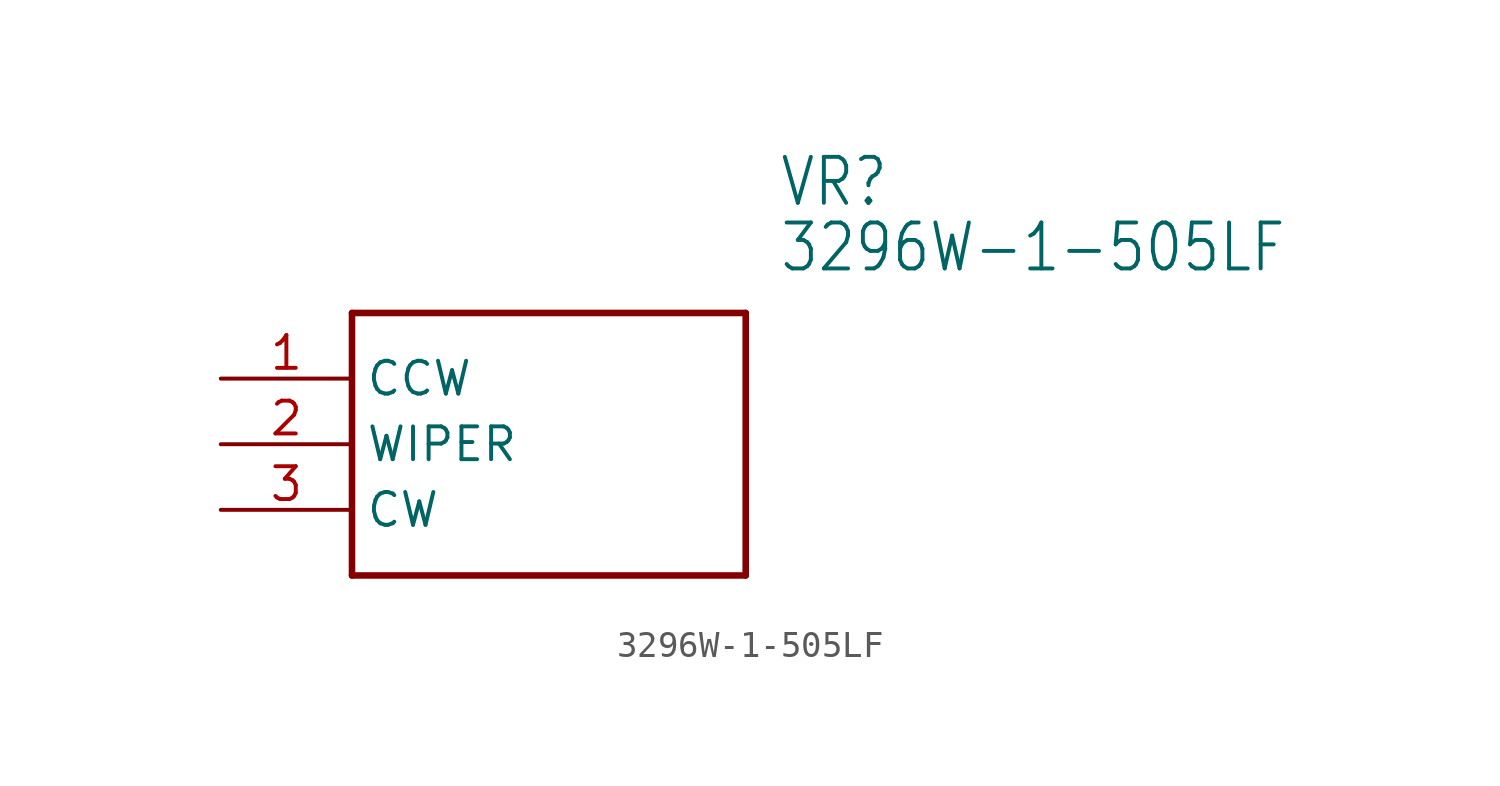
<source format=kicad_sym>
(kicad_symbol_lib
  (version 20211014)
  (generator kicad_symbol_editor)
  (symbol "3296W-1-505LF"
    (property "Reference" "VR"
      (at 21.59 7.62 0)
      (effects (font (size 1.778 1.511)) (justify left)))
    (property "Value" "3296W-1-505LF"
      (at 21.59 5.08 0)
      (effects (font (size 1.778 1.511)) (justify left)))
    (property "ki_locked" ""
      (at 0 0 0)
      (effects (font (size 1.27 1.27))))
    (symbol "3296W-1-505LF_1_0"
      (polyline (pts (xy 5.08 2.54) (xy 5.08 -7.62)) (stroke (width 0.254) (type default) (color 0 0 0 0)) (fill (type none)))
      (polyline (pts (xy 5.08 2.54) (xy 20.32 2.54)) (stroke (width 0.254) (type default) (color 0 0 0 0)) (fill (type none)))
      (polyline (pts (xy 20.32 -7.62) (xy 5.08 -7.62)) (stroke (width 0.254) (type default) (color 0 0 0 0)) (fill (type none)))
      (polyline (pts (xy 20.32 -7.62) (xy 20.32 2.54)) (stroke (width 0.254) (type default) (color 0 0 0 0)) (fill (type none)))
      (pin bidirectional line (at 0 0 0) (length 5.08) (name "CCW" (effects (font (size 1.27 1.27)))) (number "1" (effects (font (size 1.27 1.27)))))
      (pin bidirectional line (at 0 -2.54 0) (length 5.08) (name "WIPER" (effects (font (size 1.27 1.27)))) (number "2" (effects (font (size 1.27 1.27)))))
      (pin bidirectional line (at 0 -5.08 0) (length 5.08) (name "CW" (effects (font (size 1.27 1.27)))) (number "3" (effects (font (size 1.27 1.27))))))))
</source>
